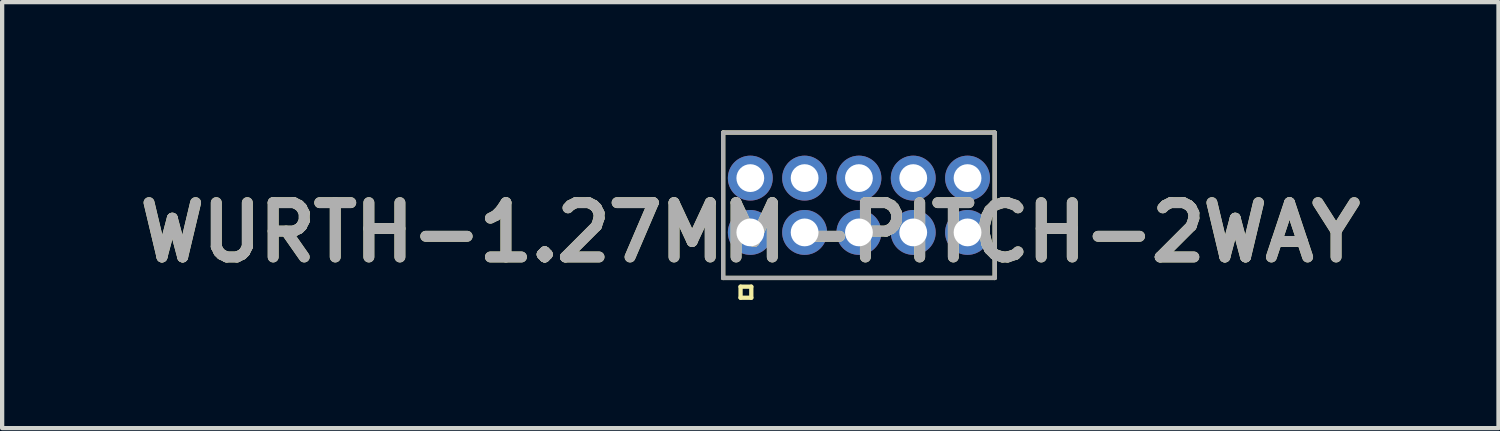
<source format=kicad_pcb>
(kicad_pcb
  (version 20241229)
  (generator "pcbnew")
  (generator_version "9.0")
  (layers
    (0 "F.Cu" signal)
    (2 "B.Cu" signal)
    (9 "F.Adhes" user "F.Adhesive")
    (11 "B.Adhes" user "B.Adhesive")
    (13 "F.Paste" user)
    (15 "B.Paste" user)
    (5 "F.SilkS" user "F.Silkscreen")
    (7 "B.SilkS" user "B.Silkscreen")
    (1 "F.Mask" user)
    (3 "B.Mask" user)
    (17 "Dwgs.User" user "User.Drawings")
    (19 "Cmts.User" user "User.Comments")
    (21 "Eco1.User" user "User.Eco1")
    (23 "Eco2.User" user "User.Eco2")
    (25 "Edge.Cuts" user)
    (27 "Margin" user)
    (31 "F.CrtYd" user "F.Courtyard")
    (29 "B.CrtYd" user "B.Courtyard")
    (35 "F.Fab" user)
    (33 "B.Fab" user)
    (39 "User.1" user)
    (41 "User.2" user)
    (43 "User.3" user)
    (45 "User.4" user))
  (footprint "WURTH-1.27MM-PITCH-2WAY"
    (layer "F.Cu")
    (at 17.036 1.75)
    (property "Reference" "WURTH-1.27MM-PITCH-2WAY" (at -2.54 0.635 0) (layer "F.SilkS") (effects (font (size 1.27 1.27) (thickness 0.254))))
    (attr through_hole)
    (fp_line (start -3.175 -1.7) (end 3.175 -1.7) (stroke (width 0.1) (type solid)) (layer "F.SilkS"))
    (fp_line (start -3.175 1.7) (end -3.175 -1.7) (stroke (width 0.1) (type solid)) (layer "F.SilkS"))
    (fp_line (start -2.768 1.904) (end -2.517 1.904) (stroke (width 0.1) (type solid)) (layer "F.SilkS"))
    (fp_line (start -2.768 2.162) (end -2.768 1.904) (stroke (width 0.1) (type solid)) (layer "F.SilkS"))
    (fp_line (start -2.517 1.904) (end -2.517 2.162) (stroke (width 0.1) (type solid)) (layer "F.SilkS"))
    (fp_line (start -2.517 2.162) (end -2.768 2.162) (stroke (width 0.1) (type solid)) (layer "F.SilkS"))
    (fp_line (start 3.175 -1.7) (end 3.175 1.7) (stroke (width 0.1) (type solid)) (layer "F.SilkS"))
    (fp_line (start 3.175 1.7) (end -3.175 1.7) (stroke (width 0.1) (type solid)) (layer "F.SilkS"))
    (fp_line (start -3.175 -1.7) (end 3.175 -1.7) (stroke (width 0.1) (type solid)) (layer "F.Fab"))
    (fp_line (start -3.175 1.7) (end -3.175 -1.7) (stroke (width 0.1) (type solid)) (layer "F.Fab"))
    (fp_line (start 3.175 -1.7) (end 3.175 1.7) (stroke (width 0.1) (type solid)) (layer "F.Fab"))
    (fp_line (start 3.175 1.7) (end -3.175 1.7) (stroke (width 0.1) (type solid)) (layer "F.Fab"))
    (fp_text user "${REFERENCE}" (at -2.54 0.635 0) (layer "F.Fab") (effects (font (size 1.27 1.27) (thickness 0.254))))
    (pad "1" thru_hole circle (at -2.54 0.635) (size 1.05 1.05) (drill 0.65) (layers "*.Cu" "*.Mask"))
    (pad "2" thru_hole circle (at -2.54 -0.635) (size 1.05 1.05) (drill 0.65) (layers "*.Cu" "*.Mask"))
    (pad "3" thru_hole circle (at -1.27 0.635) (size 1.05 1.05) (drill 0.65) (layers "*.Cu" "*.Mask"))
    (pad "4" thru_hole circle (at -1.27 -0.635) (size 1.05 1.05) (drill 0.65) (layers "*.Cu" "*.Mask"))
    (pad "5" thru_hole circle (at 0 0.635) (size 1.05 1.05) (drill 0.65) (layers "*.Cu" "*.Mask"))
    (pad "6" thru_hole circle (at 0 -0.635) (size 1.05 1.05) (drill 0.65) (layers "*.Cu" "*.Mask"))
    (pad "7" thru_hole circle (at 1.27 0.635) (size 1.05 1.05) (drill 0.65) (layers "*.Cu" "*.Mask"))
    (pad "8" thru_hole circle (at 1.27 -0.635) (size 1.05 1.05) (drill 0.65) (layers "*.Cu" "*.Mask"))
    (pad "9" thru_hole circle (at 2.54 0.635) (size 1.05 1.05) (drill 0.65) (layers "*.Cu" "*.Mask"))
    (pad "10" thru_hole circle (at 2.54 -0.635) (size 1.05 1.05) (drill 0.65) (layers "*.Cu" "*.Mask")))
  (gr_rect
    (start -3 -3)
    (end 31.992 6.962)
    (stroke (width 0.1) (type default))
    (fill no)
    (layer "Edge.Cuts")))
</source>
